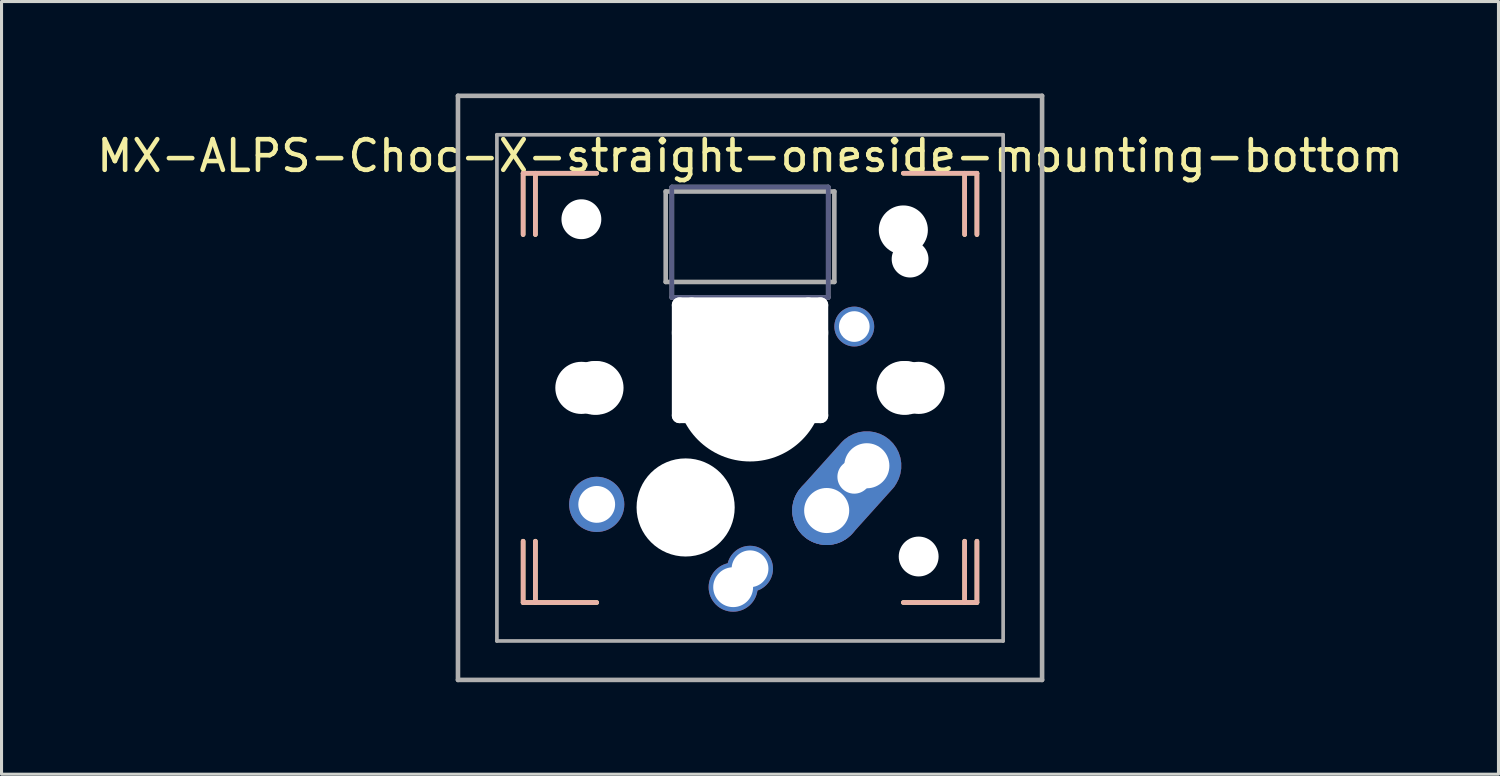
<source format=kicad_pcb>
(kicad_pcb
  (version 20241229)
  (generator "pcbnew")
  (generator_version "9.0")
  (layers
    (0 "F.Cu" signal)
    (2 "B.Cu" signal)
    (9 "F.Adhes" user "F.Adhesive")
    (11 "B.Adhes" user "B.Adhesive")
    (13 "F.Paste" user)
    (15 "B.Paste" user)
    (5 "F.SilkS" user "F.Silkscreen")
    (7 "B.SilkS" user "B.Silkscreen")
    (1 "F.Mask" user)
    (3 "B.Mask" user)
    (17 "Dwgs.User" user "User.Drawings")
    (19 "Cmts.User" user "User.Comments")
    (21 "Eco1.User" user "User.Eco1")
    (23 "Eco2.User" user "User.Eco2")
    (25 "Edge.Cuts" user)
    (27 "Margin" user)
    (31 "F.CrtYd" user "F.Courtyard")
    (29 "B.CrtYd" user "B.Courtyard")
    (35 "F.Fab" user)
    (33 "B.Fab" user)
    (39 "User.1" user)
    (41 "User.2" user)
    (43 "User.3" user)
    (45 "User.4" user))
  (footprint "MX-ALPS-Choc-X-straight-oneside-mounting-bottom"
    (layer "F.Cu")
    (at 21.411 9.6)
    (property "Reference" "MX-ALPS-Choc-X-straight-oneside-mounting-bottom" (at 0 -7.567 0) (layer "F.SilkS") (effects (font (size 1 1) (thickness 0.15))))
    (attr through_hole)
    (fp_line (start -7.4 -7) (end -5 -7) (stroke (width 0.15) (type solid)) (layer "F.SilkS"))
    (fp_line (start -7.4 -5) (end -7.4 -7) (stroke (width 0.15) (type solid)) (layer "F.SilkS"))
    (fp_line (start -7.4 5) (end -7.4 7) (stroke (width 0.15) (type solid)) (layer "F.SilkS"))
    (fp_line (start -7.4 7) (end -5 7) (stroke (width 0.15) (type solid)) (layer "F.SilkS"))
    (fp_line (start -7 -5) (end -7 -7) (stroke (width 0.15) (type solid)) (layer "F.SilkS"))
    (fp_line (start -7 5) (end -7 7) (stroke (width 0.15) (type solid)) (layer "F.SilkS"))
    (fp_line (start 5 7) (end 7.4 7) (stroke (width 0.15) (type solid)) (layer "F.SilkS"))
    (fp_line (start 7 -5) (end 7 -7) (stroke (width 0.15) (type solid)) (layer "F.SilkS"))
    (fp_line (start 7 7) (end 7 5) (stroke (width 0.15) (type solid)) (layer "F.SilkS"))
    (fp_line (start 7.4 -7) (end 5 -7) (stroke (width 0.15) (type solid)) (layer "F.SilkS"))
    (fp_line (start 7.4 -5) (end 7.4 -7) (stroke (width 0.15) (type solid)) (layer "F.SilkS"))
    (fp_line (start 7.4 7) (end 7.4 5) (stroke (width 0.15) (type solid)) (layer "F.SilkS"))
    (fp_line (start -7.4 -7) (end -7.4 -5) (stroke (width 0.15) (type solid)) (layer "B.SilkS"))
    (fp_line (start -7.4 7) (end -7.4 5) (stroke (width 0.15) (type solid)) (layer "B.SilkS"))
    (fp_line (start -7 -7) (end -7 -5) (stroke (width 0.15) (type solid)) (layer "B.SilkS"))
    (fp_line (start -7 7) (end -7 5) (stroke (width 0.15) (type solid)) (layer "B.SilkS"))
    (fp_line (start -5 -7) (end -7.4 -7) (stroke (width 0.15) (type solid)) (layer "B.SilkS"))
    (fp_line (start -5 7) (end -7.4 7) (stroke (width 0.15) (type solid)) (layer "B.SilkS"))
    (fp_line (start 5 7) (end 7.4 7) (stroke (width 0.15) (type solid)) (layer "B.SilkS"))
    (fp_line (start 7 -5) (end 7 -7) (stroke (width 0.15) (type solid)) (layer "B.SilkS"))
    (fp_line (start 7 7) (end 7 5) (stroke (width 0.15) (type solid)) (layer "B.SilkS"))
    (fp_line (start 7.4 -7) (end 5 -7) (stroke (width 0.15) (type solid)) (layer "B.SilkS"))
    (fp_line (start 7.4 -5) (end 7.4 -7) (stroke (width 0.15) (type solid)) (layer "B.SilkS"))
    (fp_line (start 7.4 7) (end 7.4 5) (stroke (width 0.15) (type solid)) (layer "B.SilkS"))
    (fp_line (start -2.55 -6.55) (end 2.55 -6.55) (stroke (width 0.15) (type solid)) (layer "B.Fab"))
    (fp_line (start -2.55 -2.95) (end -2.55 -6.55) (stroke (width 0.15) (type solid)) (layer "B.Fab"))
    (fp_line (start 2.55 -6.55) (end 2.55 -2.95) (stroke (width 0.15) (type solid)) (layer "B.Fab"))
    (fp_line (start 2.55 -2.95) (end -2.55 -2.95) (stroke (width 0.15) (type solid)) (layer "B.Fab"))
    (fp_line (start -9.525 -9.525) (end 9.525 -9.525) (stroke (width 0.15) (type solid)) (layer "F.Fab"))
    (fp_line (start -9.525 9.525) (end -9.525 -9.525) (stroke (width 0.15) (type solid)) (layer "F.Fab"))
    (fp_line (start -8.255 -8.255) (end 8.255 -8.255) (stroke (width 0.12) (type solid)) (layer "F.Fab"))
    (fp_line (start -8.255 8.255) (end -8.255 -8.255) (stroke (width 0.12) (type solid)) (layer "F.Fab"))
    (fp_line (start -2.75 -6.405) (end 2.75 -6.405) (stroke (width 0.15) (type solid)) (layer "F.Fab"))
    (fp_line (start -2.75 -3.455) (end -2.75 -6.405) (stroke (width 0.15) (type solid)) (layer "F.Fab"))
    (fp_line (start -2.75 -3.455) (end 2.75 -3.455) (stroke (width 0.15) (type solid)) (layer "F.Fab"))
    (fp_line (start -2.55 -6.55) (end -2.55 -2.95) (stroke (width 0.15) (type solid)) (layer "F.Fab"))
    (fp_line (start -2.55 -2.95) (end 2.55 -2.95) (stroke (width 0.15) (type solid)) (layer "F.Fab"))
    (fp_line (start 2.55 -6.55) (end -2.55 -6.55) (stroke (width 0.15) (type solid)) (layer "F.Fab"))
    (fp_line (start 2.55 -2.95) (end 2.55 -6.55) (stroke (width 0.15) (type solid)) (layer "F.Fab"))
    (fp_line (start 2.75 -3.455) (end 2.75 -6.405) (stroke (width 0.15) (type solid)) (layer "F.Fab"))
    (fp_line (start 8.255 -8.255) (end 8.255 8.255) (stroke (width 0.12) (type solid)) (layer "F.Fab"))
    (fp_line (start 8.255 8.255) (end -8.255 8.255) (stroke (width 0.12) (type solid)) (layer "F.Fab"))
    (fp_line (start 9.525 -9.525) (end 9.525 9.525) (stroke (width 0.15) (type solid)) (layer "F.Fab"))
    (fp_line (start 9.525 9.525) (end -9.525 9.525) (stroke (width 0.15) (type solid)) (layer "F.Fab"))
    (pad "" np_thru_hole circle (at -5.5 0 228.1) (size 1.7 1.7) (drill 1.7) (layers "*.Cu" "*.Mask"))
    (pad "" np_thru_hole circle (at -5.5 -5.5) (size 1.3 1.3) (drill 1.3) (layers "*.Cu" "*.Mask"))
    (pad "" np_thru_hole circle (at -5.08 0 228.1) (size 1.75 1.75) (drill 1.75) (layers "*.Cu" "*.Mask"))
    (pad "" np_thru_hole circle (at -5 0) (size 1.75 1.75) (drill 1.75) (layers "*.Cu" "*.Mask"))
    (pad "" np_thru_hole oval (at -2.3 -0.9 180) (size 0.5 4.1) (drill oval 0.5 4.1) (layers "*.Cu" "*.Mask"))
    (pad "" np_thru_hole circle (at -2.1 3.9) (size 3.2 3.2) (drill 3.2) (layers "*.Cu" "*.Mask"))
    (pad "" np_thru_hole oval (at -1.905 -0.899 180) (size 0.5 4.1) (drill oval 0.5 4.1) (layers "*.Cu" "*.Mask"))
    (pad "" np_thru_hole oval (at 0 -2.7 180) (size 5.1 0.5) (drill oval 5.1 0.5) (layers "*.Cu" "*.Mask"))
    (pad "" np_thru_hole oval (at 0 -1.8 180) (size 5.1 1.5) (drill oval 5.1 1.5) (layers "*.Cu" "*.Mask"))
    (pad "" np_thru_hole circle (at 0 0 180) (size 3.988 3.988) (drill 3.988) (layers "*.Cu" "*.Mask"))
    (pad "" np_thru_hole circle (at 0 0) (size 4.8 4.8) (drill 4.8) (layers "*.Cu" "*.Mask"))
    (pad "" np_thru_hole oval (at 0 0.9 180) (size 5.1 0.5) (drill oval 5.1 0.5) (layers "*.Cu" "*.Mask"))
    (pad "" np_thru_hole oval (at 1.9 -0.9 180) (size 0.5 4.1) (drill oval 0.5 4.1) (layers "*.Cu" "*.Mask"))
    (pad "" np_thru_hole oval (at 2.3 -0.9 180) (size 0.5 4.1) (drill oval 0.5 4.1) (layers "*.Cu" "*.Mask"))
    (pad "" np_thru_hole circle (at 5 -5.15) (size 1.6 1.6) (drill 1.6) (layers "*.Cu" "*.Mask"))
    (pad "" np_thru_hole circle (at 5 0) (size 1.75 1.75) (drill 1.75) (layers "*.Cu" "*.Mask"))
    (pad "" np_thru_hole circle (at 5.08 0 228.1) (size 1.75 1.75) (drill 1.75) (layers "*.Cu" "*.Mask"))
    (pad "" np_thru_hole circle (at 5.22 -4.2 228.1) (size 1.2 1.2) (drill 1.2) (layers "*.Cu" "*.Mask"))
    (pad "" np_thru_hole circle (at 5.5 0 228.1) (size 1.7 1.7) (drill 1.7) (layers "*.Cu" "*.Mask"))
    (pad "" np_thru_hole circle (at 5.5 5.5) (size 1.3 1.3) (drill 1.3) (layers "*.Cu" "*.Mask"))
    (pad "1" thru_hole circle (at -5 3.8 180) (size 1.8 1.8) (drill 1.2) (layers "*.Cu" "*.Mask"))
    (pad "1" thru_hole circle (at 3.4 -2) (size 1.3 1.3) (drill 1) (layers "*.Cu" "*.Mask"))
    (pad "2" thru_hole circle (at -0.55 6.5 180) (size 1.6 1.6) (drill 1.3) (layers "*.Cu" "*.Mask"))
    (pad "2" thru_hole circle (at 0 5.9 180) (size 1.5 1.5) (drill 1.2) (layers "*.Cu" "*.Mask"))
    (pad "2" thru_hole circle (at 2.5 4 180) (size 2.25 2.25) (drill 1.47) (layers "*.Cu" "B.Mask"))
    (pad "2" thru_hole circle (at 3.4 2.9) (size 1.6 1.6) (drill 1.1) (layers "*.Cu" "*.Mask"))
    (pad "2" thru_hole custom (at 3.81 2.54 180) (size 2.25 2.25) (drill 1.47) (layers "*.Cu" "*.Mask") (options (anchor circle)) (primitives (gr_line (start 1.61 -1.16) (end 0.3 0.3) (width 1.4)) (gr_line (start 1.008 -1.758) (end -0.34 -0.26) (width 1.4)) (gr_arc (start 1.008433 -1.758425) (mid 1.609214 -1.760785) (end 1.61 -1.16) (width 1.4)))))
  (gr_rect
    (start -3 -3)
    (end 45.821 22.2)
    (stroke (width 0.1) (type default))
    (fill no)
    (layer "Edge.Cuts")))
</source>
